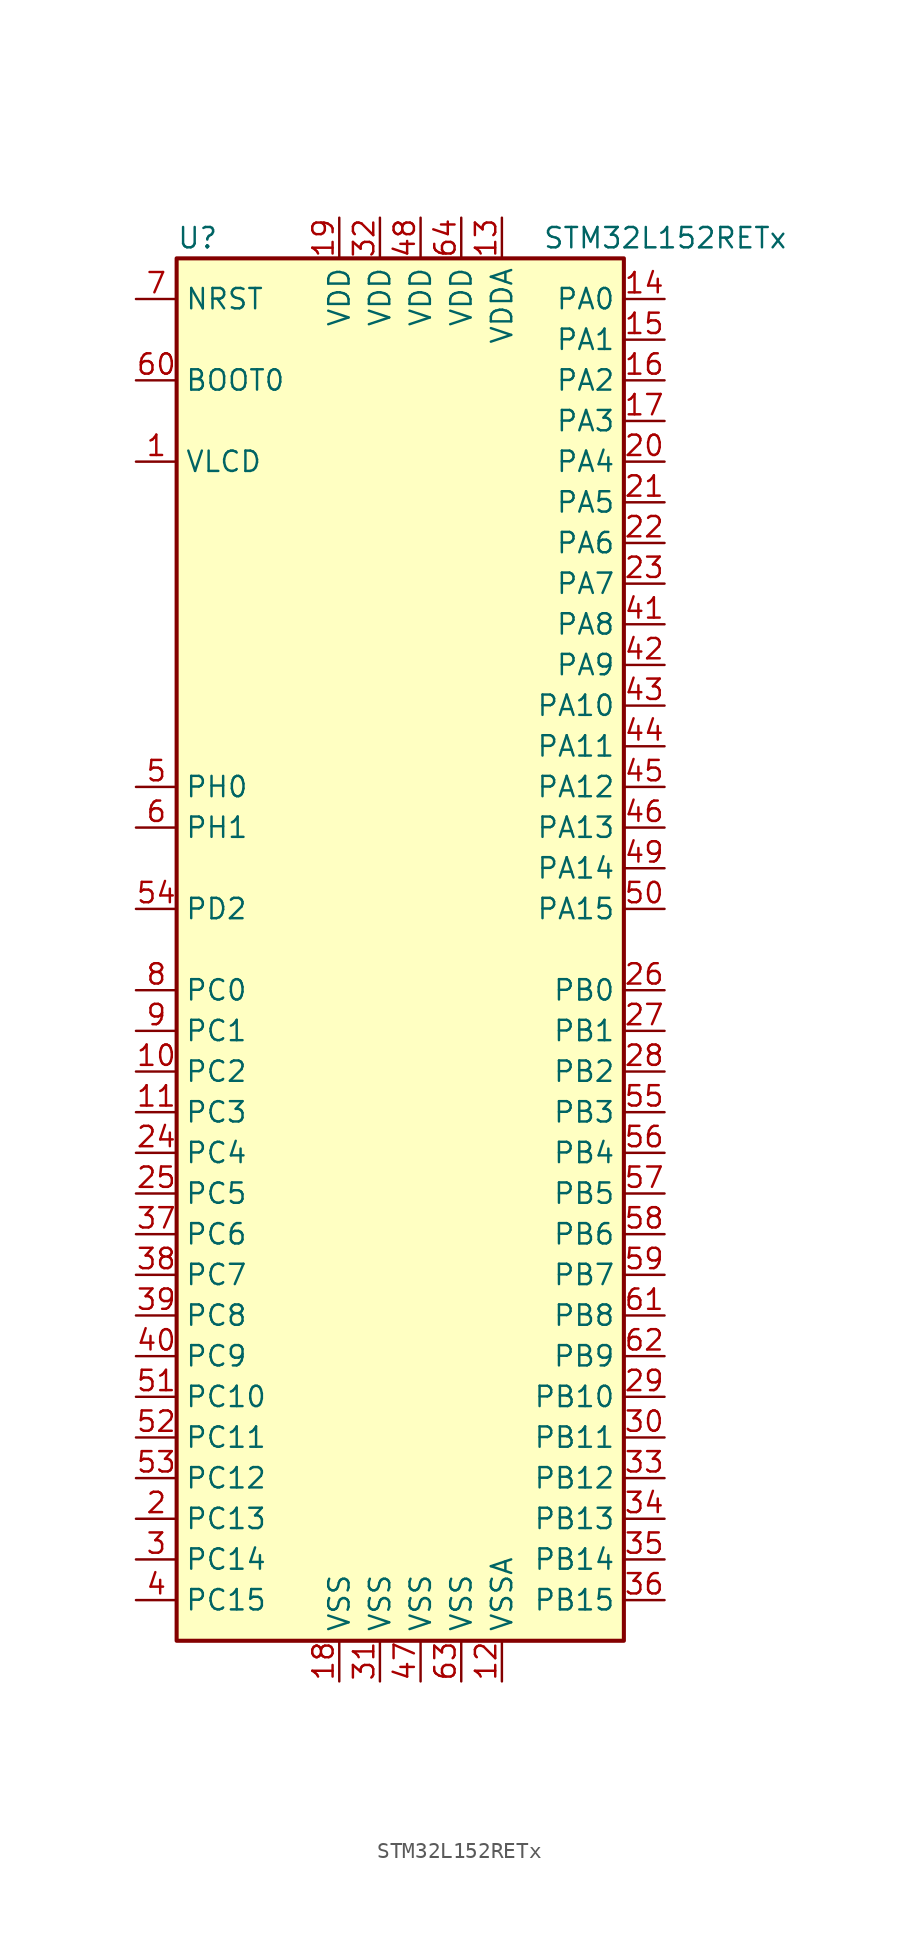
<source format=kicad_sym>
(kicad_symbol_lib
  (version 20201005)
  (generator kicad_symbol_editor)
  (symbol "STM32L152RETx"
    (property "Reference" "U"
      (at -15.24 44.45 0)
      (effects (font (size 1.27 1.27)) (justify left)))
    (property "Value" "STM32L152RETx"
      (at 7.62 44.45 0)
      (effects (font (size 1.27 1.27)) (justify left)))
    (symbol "STM32L152RETx_0_1"
      (rectangle (start -15.24 -43.18) (end 12.7 43.18) (stroke (width 0.254)) (fill (type background))))
    (symbol "STM32L152RETx_1_1"
      (pin input line (at -17.78 35.56 0) (length 2.54) (name "BOOT0" (effects (font (size 1.27 1.27)))) (number "60" (effects (font (size 1.27 1.27)))))
      (pin input line (at -17.78 40.64 0) (length 2.54) (name "NRST" (effects (font (size 1.27 1.27)))) (number "7" (effects (font (size 1.27 1.27)))))
      (pin bidirectional line (at 15.24 40.64 180) (length 2.54) (name "PA0" (effects (font (size 1.27 1.27)))) (number "14" (effects (font (size 1.27 1.27)))))
      (pin bidirectional line (at 15.24 38.1 180) (length 2.54) (name "PA1" (effects (font (size 1.27 1.27)))) (number "15" (effects (font (size 1.27 1.27)))))
      (pin bidirectional line (at 15.24 15.24 180) (length 2.54) (name "PA10" (effects (font (size 1.27 1.27)))) (number "43" (effects (font (size 1.27 1.27)))))
      (pin bidirectional line (at 15.24 12.7 180) (length 2.54) (name "PA11" (effects (font (size 1.27 1.27)))) (number "44" (effects (font (size 1.27 1.27)))))
      (pin bidirectional line (at 15.24 10.16 180) (length 2.54) (name "PA12" (effects (font (size 1.27 1.27)))) (number "45" (effects (font (size 1.27 1.27)))))
      (pin bidirectional line (at 15.24 7.62 180) (length 2.54) (name "PA13" (effects (font (size 1.27 1.27)))) (number "46" (effects (font (size 1.27 1.27)))))
      (pin bidirectional line (at 15.24 5.08 180) (length 2.54) (name "PA14" (effects (font (size 1.27 1.27)))) (number "49" (effects (font (size 1.27 1.27)))))
      (pin bidirectional line (at 15.24 2.54 180) (length 2.54) (name "PA15" (effects (font (size 1.27 1.27)))) (number "50" (effects (font (size 1.27 1.27)))))
      (pin bidirectional line (at 15.24 35.56 180) (length 2.54) (name "PA2" (effects (font (size 1.27 1.27)))) (number "16" (effects (font (size 1.27 1.27)))))
      (pin bidirectional line (at 15.24 33.02 180) (length 2.54) (name "PA3" (effects (font (size 1.27 1.27)))) (number "17" (effects (font (size 1.27 1.27)))))
      (pin bidirectional line (at 15.24 30.48 180) (length 2.54) (name "PA4" (effects (font (size 1.27 1.27)))) (number "20" (effects (font (size 1.27 1.27)))))
      (pin bidirectional line (at 15.24 27.94 180) (length 2.54) (name "PA5" (effects (font (size 1.27 1.27)))) (number "21" (effects (font (size 1.27 1.27)))))
      (pin bidirectional line (at 15.24 25.4 180) (length 2.54) (name "PA6" (effects (font (size 1.27 1.27)))) (number "22" (effects (font (size 1.27 1.27)))))
      (pin bidirectional line (at 15.24 22.86 180) (length 2.54) (name "PA7" (effects (font (size 1.27 1.27)))) (number "23" (effects (font (size 1.27 1.27)))))
      (pin bidirectional line (at 15.24 20.32 180) (length 2.54) (name "PA8" (effects (font (size 1.27 1.27)))) (number "41" (effects (font (size 1.27 1.27)))))
      (pin bidirectional line (at 15.24 17.78 180) (length 2.54) (name "PA9" (effects (font (size 1.27 1.27)))) (number "42" (effects (font (size 1.27 1.27)))))
      (pin bidirectional line (at 15.24 -2.54 180) (length 2.54) (name "PB0" (effects (font (size 1.27 1.27)))) (number "26" (effects (font (size 1.27 1.27)))))
      (pin bidirectional line (at 15.24 -5.08 180) (length 2.54) (name "PB1" (effects (font (size 1.27 1.27)))) (number "27" (effects (font (size 1.27 1.27)))))
      (pin bidirectional line (at 15.24 -27.94 180) (length 2.54) (name "PB10" (effects (font (size 1.27 1.27)))) (number "29" (effects (font (size 1.27 1.27)))))
      (pin bidirectional line (at 15.24 -30.48 180) (length 2.54) (name "PB11" (effects (font (size 1.27 1.27)))) (number "30" (effects (font (size 1.27 1.27)))))
      (pin bidirectional line (at 15.24 -33.02 180) (length 2.54) (name "PB12" (effects (font (size 1.27 1.27)))) (number "33" (effects (font (size 1.27 1.27)))))
      (pin bidirectional line (at 15.24 -35.56 180) (length 2.54) (name "PB13" (effects (font (size 1.27 1.27)))) (number "34" (effects (font (size 1.27 1.27)))))
      (pin bidirectional line (at 15.24 -38.1 180) (length 2.54) (name "PB14" (effects (font (size 1.27 1.27)))) (number "35" (effects (font (size 1.27 1.27)))))
      (pin bidirectional line (at 15.24 -40.64 180) (length 2.54) (name "PB15" (effects (font (size 1.27 1.27)))) (number "36" (effects (font (size 1.27 1.27)))))
      (pin bidirectional line (at 15.24 -7.62 180) (length 2.54) (name "PB2" (effects (font (size 1.27 1.27)))) (number "28" (effects (font (size 1.27 1.27)))))
      (pin bidirectional line (at 15.24 -10.16 180) (length 2.54) (name "PB3" (effects (font (size 1.27 1.27)))) (number "55" (effects (font (size 1.27 1.27)))))
      (pin bidirectional line (at 15.24 -12.7 180) (length 2.54) (name "PB4" (effects (font (size 1.27 1.27)))) (number "56" (effects (font (size 1.27 1.27)))))
      (pin bidirectional line (at 15.24 -15.24 180) (length 2.54) (name "PB5" (effects (font (size 1.27 1.27)))) (number "57" (effects (font (size 1.27 1.27)))))
      (pin bidirectional line (at 15.24 -17.78 180) (length 2.54) (name "PB6" (effects (font (size 1.27 1.27)))) (number "58" (effects (font (size 1.27 1.27)))))
      (pin bidirectional line (at 15.24 -20.32 180) (length 2.54) (name "PB7" (effects (font (size 1.27 1.27)))) (number "59" (effects (font (size 1.27 1.27)))))
      (pin bidirectional line (at 15.24 -22.86 180) (length 2.54) (name "PB8" (effects (font (size 1.27 1.27)))) (number "61" (effects (font (size 1.27 1.27)))))
      (pin bidirectional line (at 15.24 -25.4 180) (length 2.54) (name "PB9" (effects (font (size 1.27 1.27)))) (number "62" (effects (font (size 1.27 1.27)))))
      (pin bidirectional line (at -17.78 -2.54 0) (length 2.54) (name "PC0" (effects (font (size 1.27 1.27)))) (number "8" (effects (font (size 1.27 1.27)))))
      (pin bidirectional line (at -17.78 -5.08 0) (length 2.54) (name "PC1" (effects (font (size 1.27 1.27)))) (number "9" (effects (font (size 1.27 1.27)))))
      (pin bidirectional line (at -17.78 -27.94 0) (length 2.54) (name "PC10" (effects (font (size 1.27 1.27)))) (number "51" (effects (font (size 1.27 1.27)))))
      (pin bidirectional line (at -17.78 -30.48 0) (length 2.54) (name "PC11" (effects (font (size 1.27 1.27)))) (number "52" (effects (font (size 1.27 1.27)))))
      (pin bidirectional line (at -17.78 -33.02 0) (length 2.54) (name "PC12" (effects (font (size 1.27 1.27)))) (number "53" (effects (font (size 1.27 1.27)))))
      (pin bidirectional line (at -17.78 -35.56 0) (length 2.54) (name "PC13" (effects (font (size 1.27 1.27)))) (number "2" (effects (font (size 1.27 1.27)))))
      (pin bidirectional line (at -17.78 -38.1 0) (length 2.54) (name "PC14" (effects (font (size 1.27 1.27)))) (number "3" (effects (font (size 1.27 1.27)))))
      (pin bidirectional line (at -17.78 -40.64 0) (length 2.54) (name "PC15" (effects (font (size 1.27 1.27)))) (number "4" (effects (font (size 1.27 1.27)))))
      (pin bidirectional line (at -17.78 -7.62 0) (length 2.54) (name "PC2" (effects (font (size 1.27 1.27)))) (number "10" (effects (font (size 1.27 1.27)))))
      (pin bidirectional line (at -17.78 -10.16 0) (length 2.54) (name "PC3" (effects (font (size 1.27 1.27)))) (number "11" (effects (font (size 1.27 1.27)))))
      (pin bidirectional line (at -17.78 -12.7 0) (length 2.54) (name "PC4" (effects (font (size 1.27 1.27)))) (number "24" (effects (font (size 1.27 1.27)))))
      (pin bidirectional line (at -17.78 -15.24 0) (length 2.54) (name "PC5" (effects (font (size 1.27 1.27)))) (number "25" (effects (font (size 1.27 1.27)))))
      (pin bidirectional line (at -17.78 -17.78 0) (length 2.54) (name "PC6" (effects (font (size 1.27 1.27)))) (number "37" (effects (font (size 1.27 1.27)))))
      (pin bidirectional line (at -17.78 -20.32 0) (length 2.54) (name "PC7" (effects (font (size 1.27 1.27)))) (number "38" (effects (font (size 1.27 1.27)))))
      (pin bidirectional line (at -17.78 -22.86 0) (length 2.54) (name "PC8" (effects (font (size 1.27 1.27)))) (number "39" (effects (font (size 1.27 1.27)))))
      (pin bidirectional line (at -17.78 -25.4 0) (length 2.54) (name "PC9" (effects (font (size 1.27 1.27)))) (number "40" (effects (font (size 1.27 1.27)))))
      (pin bidirectional line (at -17.78 2.54 0) (length 2.54) (name "PD2" (effects (font (size 1.27 1.27)))) (number "54" (effects (font (size 1.27 1.27)))))
      (pin input line (at -17.78 10.16 0) (length 2.54) (name "PH0" (effects (font (size 1.27 1.27)))) (number "5" (effects (font (size 1.27 1.27)))))
      (pin input line (at -17.78 7.62 0) (length 2.54) (name "PH1" (effects (font (size 1.27 1.27)))) (number "6" (effects (font (size 1.27 1.27)))))
      (pin power_in line (at -5.08 45.72 270) (length 2.54) (name "VDD" (effects (font (size 1.27 1.27)))) (number "19" (effects (font (size 1.27 1.27)))))
      (pin power_in line (at -2.54 45.72 270) (length 2.54) (name "VDD" (effects (font (size 1.27 1.27)))) (number "32" (effects (font (size 1.27 1.27)))))
      (pin power_in line (at 0 45.72 270) (length 2.54) (name "VDD" (effects (font (size 1.27 1.27)))) (number "48" (effects (font (size 1.27 1.27)))))
      (pin power_in line (at 2.54 45.72 270) (length 2.54) (name "VDD" (effects (font (size 1.27 1.27)))) (number "64" (effects (font (size 1.27 1.27)))))
      (pin power_in line (at 5.08 45.72 270) (length 2.54) (name "VDDA" (effects (font (size 1.27 1.27)))) (number "13" (effects (font (size 1.27 1.27)))))
      (pin power_in line (at -17.78 30.48 0) (length 2.54) (name "VLCD" (effects (font (size 1.27 1.27)))) (number "1" (effects (font (size 1.27 1.27)))))
      (pin power_in line (at -5.08 -45.72 90) (length 2.54) (name "VSS" (effects (font (size 1.27 1.27)))) (number "18" (effects (font (size 1.27 1.27)))))
      (pin power_in line (at -2.54 -45.72 90) (length 2.54) (name "VSS" (effects (font (size 1.27 1.27)))) (number "31" (effects (font (size 1.27 1.27)))))
      (pin power_in line (at 0 -45.72 90) (length 2.54) (name "VSS" (effects (font (size 1.27 1.27)))) (number "47" (effects (font (size 1.27 1.27)))))
      (pin power_in line (at 2.54 -45.72 90) (length 2.54) (name "VSS" (effects (font (size 1.27 1.27)))) (number "63" (effects (font (size 1.27 1.27)))))
      (pin power_in line (at 5.08 -45.72 90) (length 2.54) (name "VSSA" (effects (font (size 1.27 1.27)))) (number "12" (effects (font (size 1.27 1.27))))))))
</source>
